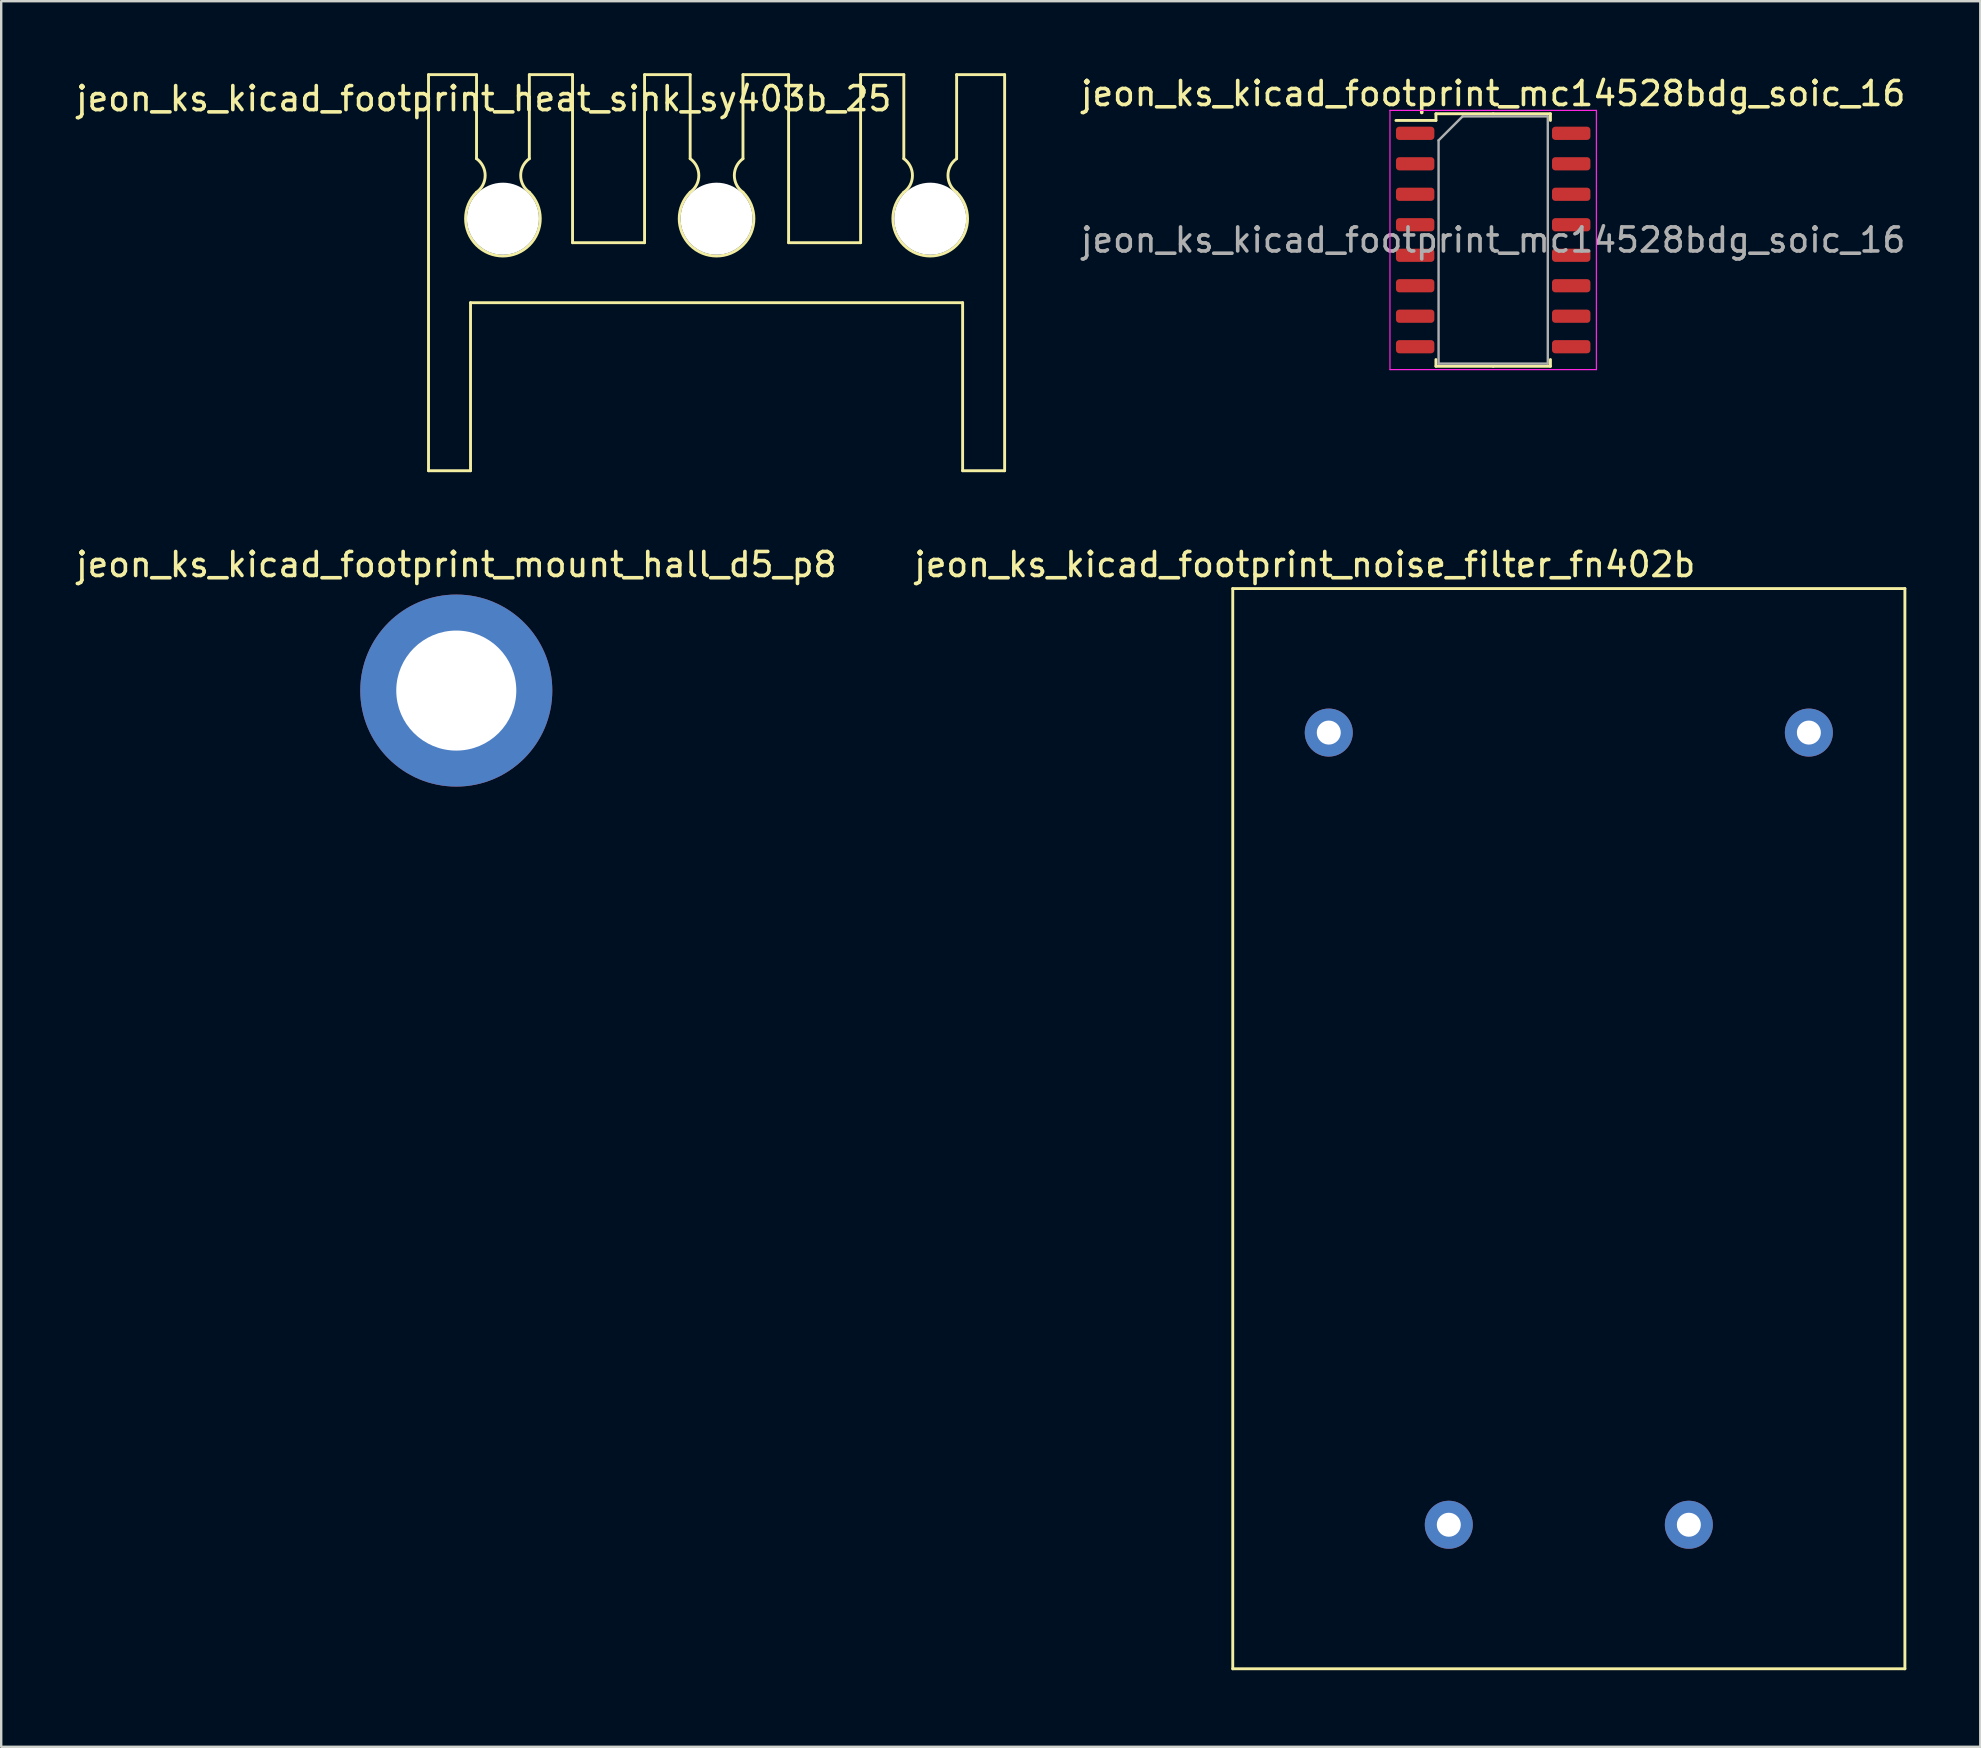
<source format=kicad_pcb>
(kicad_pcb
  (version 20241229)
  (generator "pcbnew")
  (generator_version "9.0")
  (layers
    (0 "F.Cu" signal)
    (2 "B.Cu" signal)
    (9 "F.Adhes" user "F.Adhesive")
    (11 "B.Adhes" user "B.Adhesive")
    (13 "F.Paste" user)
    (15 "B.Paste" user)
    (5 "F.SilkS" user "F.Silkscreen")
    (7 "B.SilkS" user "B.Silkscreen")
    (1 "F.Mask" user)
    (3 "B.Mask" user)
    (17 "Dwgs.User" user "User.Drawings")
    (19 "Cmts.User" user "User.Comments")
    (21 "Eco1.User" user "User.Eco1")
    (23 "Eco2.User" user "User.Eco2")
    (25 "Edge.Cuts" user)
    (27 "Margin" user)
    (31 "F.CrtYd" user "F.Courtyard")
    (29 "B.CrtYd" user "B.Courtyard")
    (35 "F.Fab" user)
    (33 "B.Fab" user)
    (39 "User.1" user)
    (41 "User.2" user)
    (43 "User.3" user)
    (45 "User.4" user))
  (footprint "jeon_ks_kicad_footprint_mc14528bdg_soic_16"
    (layer "F.Cu")
    (at 59.153 6.948)
    (property "Reference" "jeon_ks_kicad_footprint_mc14528bdg_soic_16" (at 0 -6.1 0) (layer "F.SilkS") (effects (font (size 1 1) (thickness 0.15))))
    (attr smd)
    (fp_line (start -2.385 -5.26) (end -2.385 -4.98) (stroke (width 0.12) (type solid)) (layer "F.SilkS"))
    (fp_line (start -2.385 -4.98) (end -4.05 -4.98) (stroke (width 0.12) (type solid)) (layer "F.SilkS"))
    (fp_line (start -2.385 5.26) (end -2.385 4.98) (stroke (width 0.12) (type solid)) (layer "F.SilkS"))
    (fp_line (start 0 -5.26) (end -2.385 -5.26) (stroke (width 0.12) (type solid)) (layer "F.SilkS"))
    (fp_line (start 0 -5.26) (end 2.385 -5.26) (stroke (width 0.12) (type solid)) (layer "F.SilkS"))
    (fp_line (start 0 5.26) (end -2.385 5.26) (stroke (width 0.12) (type solid)) (layer "F.SilkS"))
    (fp_line (start 0 5.26) (end 2.385 5.26) (stroke (width 0.12) (type solid)) (layer "F.SilkS"))
    (fp_line (start 2.385 -5.26) (end 2.385 -4.98) (stroke (width 0.12) (type solid)) (layer "F.SilkS"))
    (fp_line (start 2.385 5.26) (end 2.385 4.98) (stroke (width 0.12) (type solid)) (layer "F.SilkS"))
    (fp_line (start -4.3 -5.4) (end -4.3 5.4) (stroke (width 0.05) (type solid)) (layer "F.CrtYd"))
    (fp_line (start -4.3 5.4) (end 4.3 5.4) (stroke (width 0.05) (type solid)) (layer "F.CrtYd"))
    (fp_line (start 4.3 -5.4) (end -4.3 -5.4) (stroke (width 0.05) (type solid)) (layer "F.CrtYd"))
    (fp_line (start 4.3 5.4) (end 4.3 -5.4) (stroke (width 0.05) (type solid)) (layer "F.CrtYd"))
    (fp_line (start -2.275 -4.15) (end -1.275 -5.15) (stroke (width 0.1) (type solid)) (layer "F.Fab"))
    (fp_line (start -2.275 5.15) (end -2.275 -4.15) (stroke (width 0.1) (type solid)) (layer "F.Fab"))
    (fp_line (start -1.275 -5.15) (end 2.275 -5.15) (stroke (width 0.1) (type solid)) (layer "F.Fab"))
    (fp_line (start 2.275 -5.15) (end 2.275 5.15) (stroke (width 0.1) (type solid)) (layer "F.Fab"))
    (fp_line (start 2.275 5.15) (end -2.275 5.15) (stroke (width 0.1) (type solid)) (layer "F.Fab"))
    (fp_text user "${REFERENCE}" (at 0 0 0) (layer "F.Fab") (effects (font (size 1 1) (thickness 0.15))))
    (pad "1" smd roundrect (at -3.25 -4.445) (size 1.6 0.55) (layers "F.Cu" "F.Mask" "F.Paste") (roundrect_rratio 0.25))
    (pad "2" smd roundrect (at -3.25 -3.175) (size 1.6 0.55) (layers "F.Cu" "F.Mask" "F.Paste") (roundrect_rratio 0.25))
    (pad "3" smd roundrect (at -3.25 -1.905) (size 1.6 0.55) (layers "F.Cu" "F.Mask" "F.Paste") (roundrect_rratio 0.25))
    (pad "4" smd roundrect (at -3.25 -0.635) (size 1.6 0.55) (layers "F.Cu" "F.Mask" "F.Paste") (roundrect_rratio 0.25))
    (pad "5" smd roundrect (at -3.25 0.635) (size 1.6 0.55) (layers "F.Cu" "F.Mask" "F.Paste") (roundrect_rratio 0.25))
    (pad "6" smd roundrect (at -3.25 1.905) (size 1.6 0.55) (layers "F.Cu" "F.Mask" "F.Paste") (roundrect_rratio 0.25))
    (pad "7" smd roundrect (at -3.25 3.175) (size 1.6 0.55) (layers "F.Cu" "F.Mask" "F.Paste") (roundrect_rratio 0.25))
    (pad "8" smd roundrect (at -3.25 4.445) (size 1.6 0.55) (layers "F.Cu" "F.Mask" "F.Paste") (roundrect_rratio 0.25))
    (pad "9" smd roundrect (at 3.25 4.445) (size 1.6 0.55) (layers "F.Cu" "F.Mask" "F.Paste") (roundrect_rratio 0.25))
    (pad "10" smd roundrect (at 3.25 3.175) (size 1.6 0.55) (layers "F.Cu" "F.Mask" "F.Paste") (roundrect_rratio 0.25))
    (pad "11" smd roundrect (at 3.25 1.905) (size 1.6 0.55) (layers "F.Cu" "F.Mask" "F.Paste") (roundrect_rratio 0.25))
    (pad "12" smd roundrect (at 3.25 0.635) (size 1.6 0.55) (layers "F.Cu" "F.Mask" "F.Paste") (roundrect_rratio 0.25))
    (pad "13" smd roundrect (at 3.25 -0.635) (size 1.6 0.55) (layers "F.Cu" "F.Mask" "F.Paste") (roundrect_rratio 0.25))
    (pad "14" smd roundrect (at 3.25 -1.905) (size 1.6 0.55) (layers "F.Cu" "F.Mask" "F.Paste") (roundrect_rratio 0.25))
    (pad "15" smd roundrect (at 3.25 -3.175) (size 1.6 0.55) (layers "F.Cu" "F.Mask" "F.Paste") (roundrect_rratio 0.25))
    (pad "16" smd roundrect (at 3.25 -4.445) (size 1.6 0.55) (layers "F.Cu" "F.Mask" "F.Paste") (roundrect_rratio 0.25)))
  (footprint "jeon_ks_kicad_footprint_noise_filter_fn402b"
    (layer "F.Cu")
    (at 48.304 66.468)
    (property "Reference" "jeon_ks_kicad_footprint_noise_filter_fn402b" (at 3 -46 0) (layer "F.SilkS") (effects (font (size 1 1) (thickness 0.15))))
    (attr through_hole)
    (fp_line (start 0 -45) (end 0 0) (stroke (width 0.12) (type solid)) (layer "F.SilkS"))
    (fp_line (start 0 0) (end 28 0) (stroke (width 0.12) (type solid)) (layer "F.SilkS"))
    (fp_line (start 28 -45) (end 0 -45) (stroke (width 0.12) (type solid)) (layer "F.SilkS"))
    (fp_line (start 28 0) (end 28 -45) (stroke (width 0.12) (type solid)) (layer "F.SilkS"))
    (pad "1" thru_hole circle (at 9 -6) (size 2 2) (drill 1) (layers "*.Cu" "*.Mask"))
    (pad "2" thru_hole circle (at 19 -6) (size 2 2) (drill 1) (layers "*.Cu" "*.Mask"))
    (pad "3" thru_hole circle (at 4 -39) (size 2 2) (drill 1) (layers "*.Cu" "*.Mask"))
    (pad "4" thru_hole circle (at 24 -39) (size 2 2) (drill 1) (layers "*.Cu" "*.Mask")))
  (footprint "jeon_ks_kicad_footprint_mount_hall_d5_p8"
    (layer "F.Cu")
    (at 15.958 25.718)
    (property "Reference" "jeon_ks_kicad_footprint_mount_hall_d5_p8" (at 0 -5.25 0) (layer "F.SilkS") (effects (font (size 1 1) (thickness 0.15))))
    (attr through_hole)
    (pad "1" thru_hole circle (at 0 0) (size 8 8) (drill 5) (layers "*.Cu" "*.Mask")))
  (footprint "jeon_ks_kicad_footprint_heat_sink_sy403b_25"
    (layer "F.Cu")
    (at 26.801 9.56)
    (property "Reference" "jeon_ks_kicad_footprint_heat_sink_sy403b_25" (at -9.7 -8.5 0) (layer "F.SilkS") (effects (font (size 1 1) (thickness 0.15))))
    (attr through_hole)
    (fp_line (start -12 7) (end -12 -9.5) (stroke (width 0.12) (type solid)) (layer "F.SilkS"))
    (fp_line (start -10.25 0) (end -10.25 7) (stroke (width 0.12) (type solid)) (layer "F.SilkS"))
    (fp_line (start -10.25 0) (end 10.25 0) (stroke (width 0.12) (type solid)) (layer "F.SilkS"))
    (fp_line (start -10.25 7) (end -12 7) (stroke (width 0.12) (type solid)) (layer "F.SilkS"))
    (fp_line (start -10 -9.5) (end -12 -9.5) (stroke (width 0.12) (type solid)) (layer "F.SilkS"))
    (fp_line (start -10 -9.5) (end -10 -6) (stroke (width 0.12) (type solid)) (layer "F.SilkS"))
    (fp_line (start -7.8 -9.5) (end -7.8 -6) (stroke (width 0.12) (type solid)) (layer "F.SilkS"))
    (fp_line (start -7.8 -9.5) (end -6 -9.5) (stroke (width 0.12) (type solid)) (layer "F.SilkS"))
    (fp_line (start -6 -9.5) (end -6 -2.5) (stroke (width 0.12) (type solid)) (layer "F.SilkS"))
    (fp_line (start -6 -2.5) (end -3 -2.5) (stroke (width 0.12) (type solid)) (layer "F.SilkS"))
    (fp_line (start -3 -9.5) (end -3 -2.5) (stroke (width 0.12) (type solid)) (layer "F.SilkS"))
    (fp_line (start -3 -9.5) (end -1.1 -9.5) (stroke (width 0.12) (type solid)) (layer "F.SilkS"))
    (fp_line (start -1.1 -9.5) (end -1.1 -6) (stroke (width 0.12) (type solid)) (layer "F.SilkS"))
    (fp_line (start 1.1 -9.5) (end 1.1 -6) (stroke (width 0.12) (type solid)) (layer "F.SilkS"))
    (fp_line (start 1.1 -9.5) (end 3 -9.5) (stroke (width 0.12) (type solid)) (layer "F.SilkS"))
    (fp_line (start 3 -9.5) (end 3 -2.5) (stroke (width 0.12) (type solid)) (layer "F.SilkS"))
    (fp_line (start 3 -2.5) (end 6 -2.5) (stroke (width 0.12) (type solid)) (layer "F.SilkS"))
    (fp_line (start 6 -9.5) (end 6 -2.5) (stroke (width 0.12) (type solid)) (layer "F.SilkS"))
    (fp_line (start 6 -9.5) (end 7.8 -9.5) (stroke (width 0.12) (type solid)) (layer "F.SilkS"))
    (fp_line (start 7.8 -9.5) (end 7.8 -6) (stroke (width 0.12) (type solid)) (layer "F.SilkS"))
    (fp_line (start 10 -9.5) (end 10 -6) (stroke (width 0.12) (type solid)) (layer "F.SilkS"))
    (fp_line (start 10 -9.5) (end 12 -9.5) (stroke (width 0.12) (type solid)) (layer "F.SilkS"))
    (fp_line (start 10.25 0) (end 10.25 7) (stroke (width 0.12) (type solid)) (layer "F.SilkS"))
    (fp_line (start 10.25 7) (end 12 7) (stroke (width 0.12) (type solid)) (layer "F.SilkS"))
    (fp_line (start 12 7) (end 12 -9.5) (stroke (width 0.12) (type solid)) (layer "F.SilkS"))
    (fp_arc (start -10 -6) (mid -9.639767 -5.3) (end -10 -4.6) (stroke (width 0.12) (type solid)) (layer "F.SilkS"))
    (fp_arc (start -7.8 -4.6) (mid -8.9 -1.944365) (end -10 -4.6) (stroke (width 0.12) (type solid)) (layer "F.SilkS"))
    (fp_arc (start -7.8 -4.6) (mid -8.160233 -5.3) (end -7.8 -6) (stroke (width 0.12) (type solid)) (layer "F.SilkS"))
    (fp_arc (start -1.1 -6) (mid -0.739767 -5.3) (end -1.1 -4.6) (stroke (width 0.12) (type solid)) (layer "F.SilkS"))
    (fp_arc (start 1.1 -4.6) (mid 0 -1.944365) (end -1.1 -4.6) (stroke (width 0.12) (type solid)) (layer "F.SilkS"))
    (fp_arc (start 1.1 -4.6) (mid 0.739767 -5.3) (end 1.1 -6) (stroke (width 0.12) (type solid)) (layer "F.SilkS"))
    (fp_arc (start 7.8 -6) (mid 8.160233 -5.3) (end 7.8 -4.6) (stroke (width 0.12) (type solid)) (layer "F.SilkS"))
    (fp_arc (start 10 -4.6) (mid 8.9 -1.944365) (end 7.8 -4.6) (stroke (width 0.12) (type solid)) (layer "F.SilkS"))
    (fp_arc (start 10 -4.6) (mid 9.639767 -5.3) (end 10 -6) (stroke (width 0.12) (type solid)) (layer "F.SilkS"))
    (pad "" np_thru_hole circle (at -8.9 -3.5) (size 3 3) (drill 3) (layers "*.Cu" "*.Mask"))
    (pad "" np_thru_hole circle (at 0 -3.5) (size 3 3) (drill 3) (layers "*.Cu" "*.Mask"))
    (pad "" np_thru_hole circle (at 8.9 -3.5) (size 3 3) (drill 3) (layers "*.Cu" "*.Mask")))
  (gr_rect
    (start -3 -3)
    (end 79.445 69.718)
    (stroke (width 0.1) (type default))
    (fill no)
    (layer "Edge.Cuts")))
</source>
